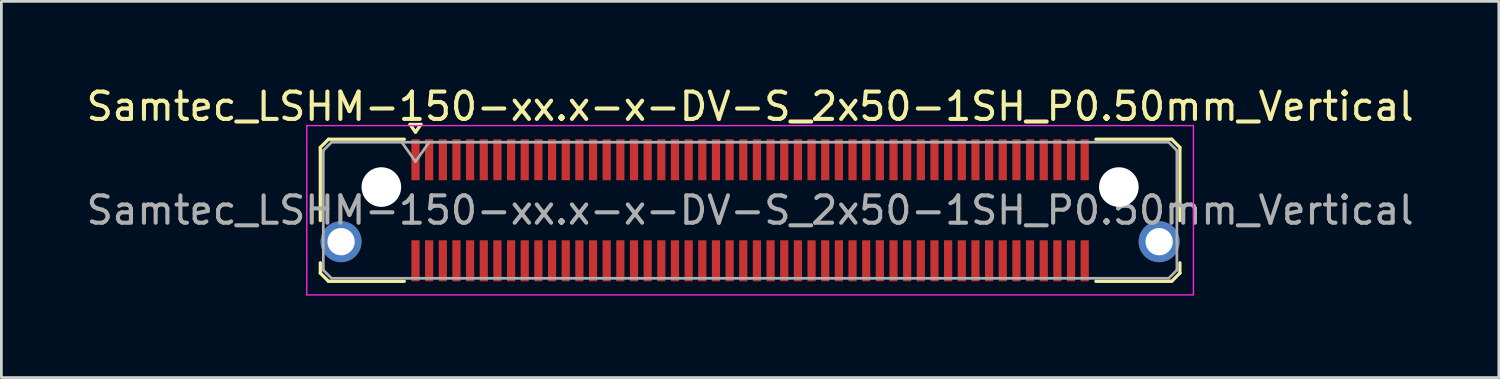
<source format=kicad_pcb>
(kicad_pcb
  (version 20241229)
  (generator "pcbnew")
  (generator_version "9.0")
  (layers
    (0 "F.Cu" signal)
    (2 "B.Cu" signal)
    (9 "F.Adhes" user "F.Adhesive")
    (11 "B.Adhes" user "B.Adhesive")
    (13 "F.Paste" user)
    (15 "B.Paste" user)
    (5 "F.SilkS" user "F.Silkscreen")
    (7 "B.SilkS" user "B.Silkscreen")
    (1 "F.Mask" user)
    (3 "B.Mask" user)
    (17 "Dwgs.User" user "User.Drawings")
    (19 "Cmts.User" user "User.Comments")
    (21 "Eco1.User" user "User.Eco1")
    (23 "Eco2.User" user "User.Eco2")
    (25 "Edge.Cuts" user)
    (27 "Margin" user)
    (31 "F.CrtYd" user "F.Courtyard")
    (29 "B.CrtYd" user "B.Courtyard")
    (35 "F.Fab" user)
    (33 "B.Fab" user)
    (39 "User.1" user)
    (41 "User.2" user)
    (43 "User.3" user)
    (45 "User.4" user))
  (footprint "Samtec_LSHM-150-xx.x-x-DV-S_2x50-1SH_P0.50mm_Vertical"
    (layer "F.Cu")
    (at 24.411 4.648)
    (property "Reference" "Samtec_LSHM-150-xx.x-x-DV-S_2x50-1SH_P0.50mm_Vertical" (at 0 -3.8 0) (layer "F.SilkS") (effects (font (size 1 1) (thickness 0.15))))
    (attr smd)
    (fp_line (start -15.735 -2.3) (end -15.735 0.377) (stroke (width 0.12) (type solid)) (layer "F.SilkS"))
    (fp_line (start -15.735 1.923) (end -15.735 2.3) (stroke (width 0.12) (type solid)) (layer "F.SilkS"))
    (fp_line (start -15.735 2.3) (end -15.435 2.6) (stroke (width 0.12) (type solid)) (layer "F.SilkS"))
    (fp_line (start -15.435 -2.6) (end -15.735 -2.3) (stroke (width 0.12) (type solid)) (layer "F.SilkS"))
    (fp_line (start -15.435 2.6) (end -12.66 2.6) (stroke (width 0.12) (type solid)) (layer "F.SilkS"))
    (fp_line (start -12.66 -2.6) (end -15.435 -2.6) (stroke (width 0.12) (type solid)) (layer "F.SilkS"))
    (fp_line (start -12.45 -3.143) (end -12.05 -3.143) (stroke (width 0.12) (type solid)) (layer "F.SilkS"))
    (fp_line (start -12.25 -2.86) (end -12.45 -3.143) (stroke (width 0.12) (type solid)) (layer "F.SilkS"))
    (fp_line (start -12.05 -3.143) (end -12.25 -2.86) (stroke (width 0.12) (type solid)) (layer "F.SilkS"))
    (fp_line (start 12.66 -2.6) (end 15.435 -2.6) (stroke (width 0.12) (type solid)) (layer "F.SilkS"))
    (fp_line (start 15.435 -2.6) (end 15.735 -2.3) (stroke (width 0.12) (type solid)) (layer "F.SilkS"))
    (fp_line (start 15.435 2.6) (end 12.66 2.6) (stroke (width 0.12) (type solid)) (layer "F.SilkS"))
    (fp_line (start 15.735 -2.3) (end 15.735 0.377) (stroke (width 0.12) (type solid)) (layer "F.SilkS"))
    (fp_line (start 15.735 1.923) (end 15.735 2.3) (stroke (width 0.12) (type solid)) (layer "F.SilkS"))
    (fp_line (start 15.735 2.3) (end 15.435 2.6) (stroke (width 0.12) (type solid)) (layer "F.SilkS"))
    (fp_rect (start -16.23 -3.1) (end 16.23 3.1) (stroke (width 0.05) (type solid)) (fill no) (layer "F.CrtYd"))
    (fp_line (start -15.625 -2.19) (end -15.625 2.19) (stroke (width 0.1) (type solid)) (layer "F.Fab"))
    (fp_line (start -15.625 2.19) (end -15.325 2.49) (stroke (width 0.1) (type solid)) (layer "F.Fab"))
    (fp_line (start -15.325 -2.49) (end -15.625 -2.19) (stroke (width 0.1) (type solid)) (layer "F.Fab"))
    (fp_line (start -15.325 2.49) (end 0 2.49) (stroke (width 0.1) (type solid)) (layer "F.Fab"))
    (fp_line (start -12.75 -2.49) (end -12.25 -1.783) (stroke (width 0.1) (type solid)) (layer "F.Fab"))
    (fp_line (start -12.25 -1.783) (end -11.75 -2.49) (stroke (width 0.1) (type solid)) (layer "F.Fab"))
    (fp_line (start 0 -2.49) (end -15.325 -2.49) (stroke (width 0.1) (type solid)) (layer "F.Fab"))
    (fp_line (start 0 -2.49) (end 15.325 -2.49) (stroke (width 0.1) (type solid)) (layer "F.Fab"))
    (fp_line (start 15.325 -2.49) (end 15.625 -2.19) (stroke (width 0.1) (type solid)) (layer "F.Fab"))
    (fp_line (start 15.325 2.49) (end 0 2.49) (stroke (width 0.1) (type solid)) (layer "F.Fab"))
    (fp_line (start 15.625 -2.19) (end 15.625 2.19) (stroke (width 0.1) (type solid)) (layer "F.Fab"))
    (fp_line (start 15.625 2.19) (end 15.325 2.49) (stroke (width 0.1) (type solid)) (layer "F.Fab"))
    (fp_text user "${REFERENCE}" (at 0 0 0) (layer "F.Fab") (effects (font (size 1 1) (thickness 0.15))))
    (pad "" np_thru_hole circle (at -13.5 -0.85) (size 1.45 1.45) (drill 1.45) (layers "*.Cu" "*.Mask"))
    (pad "" np_thru_hole circle (at 13.5 -0.85) (size 1.45 1.45) (drill 1.45) (layers "*.Cu" "*.Mask"))
    (pad "1" smd rect (at -12.25 -1.85) (size 0.3 1.5) (layers "F.Cu" "F.Mask" "F.Paste"))
    (pad "2" smd rect (at -12.25 1.85) (size 0.3 1.5) (layers "F.Cu" "F.Mask" "F.Paste"))
    (pad "3" smd rect (at -11.75 -1.85) (size 0.3 1.5) (layers "F.Cu" "F.Mask" "F.Paste"))
    (pad "4" smd rect (at -11.75 1.85) (size 0.3 1.5) (layers "F.Cu" "F.Mask" "F.Paste"))
    (pad "5" smd rect (at -11.25 -1.85) (size 0.3 1.5) (layers "F.Cu" "F.Mask" "F.Paste"))
    (pad "6" smd rect (at -11.25 1.85) (size 0.3 1.5) (layers "F.Cu" "F.Mask" "F.Paste"))
    (pad "7" smd rect (at -10.75 -1.85) (size 0.3 1.5) (layers "F.Cu" "F.Mask" "F.Paste"))
    (pad "8" smd rect (at -10.75 1.85) (size 0.3 1.5) (layers "F.Cu" "F.Mask" "F.Paste"))
    (pad "9" smd rect (at -10.25 -1.85) (size 0.3 1.5) (layers "F.Cu" "F.Mask" "F.Paste"))
    (pad "10" smd rect (at -10.25 1.85) (size 0.3 1.5) (layers "F.Cu" "F.Mask" "F.Paste"))
    (pad "11" smd rect (at -9.75 -1.85) (size 0.3 1.5) (layers "F.Cu" "F.Mask" "F.Paste"))
    (pad "12" smd rect (at -9.75 1.85) (size 0.3 1.5) (layers "F.Cu" "F.Mask" "F.Paste"))
    (pad "13" smd rect (at -9.25 -1.85) (size 0.3 1.5) (layers "F.Cu" "F.Mask" "F.Paste"))
    (pad "14" smd rect (at -9.25 1.85) (size 0.3 1.5) (layers "F.Cu" "F.Mask" "F.Paste"))
    (pad "15" smd rect (at -8.75 -1.85) (size 0.3 1.5) (layers "F.Cu" "F.Mask" "F.Paste"))
    (pad "16" smd rect (at -8.75 1.85) (size 0.3 1.5) (layers "F.Cu" "F.Mask" "F.Paste"))
    (pad "17" smd rect (at -8.25 -1.85) (size 0.3 1.5) (layers "F.Cu" "F.Mask" "F.Paste"))
    (pad "18" smd rect (at -8.25 1.85) (size 0.3 1.5) (layers "F.Cu" "F.Mask" "F.Paste"))
    (pad "19" smd rect (at -7.75 -1.85) (size 0.3 1.5) (layers "F.Cu" "F.Mask" "F.Paste"))
    (pad "20" smd rect (at -7.75 1.85) (size 0.3 1.5) (layers "F.Cu" "F.Mask" "F.Paste"))
    (pad "21" smd rect (at -7.25 -1.85) (size 0.3 1.5) (layers "F.Cu" "F.Mask" "F.Paste"))
    (pad "22" smd rect (at -7.25 1.85) (size 0.3 1.5) (layers "F.Cu" "F.Mask" "F.Paste"))
    (pad "23" smd rect (at -6.75 -1.85) (size 0.3 1.5) (layers "F.Cu" "F.Mask" "F.Paste"))
    (pad "24" smd rect (at -6.75 1.85) (size 0.3 1.5) (layers "F.Cu" "F.Mask" "F.Paste"))
    (pad "25" smd rect (at -6.25 -1.85) (size 0.3 1.5) (layers "F.Cu" "F.Mask" "F.Paste"))
    (pad "26" smd rect (at -6.25 1.85) (size 0.3 1.5) (layers "F.Cu" "F.Mask" "F.Paste"))
    (pad "27" smd rect (at -5.75 -1.85) (size 0.3 1.5) (layers "F.Cu" "F.Mask" "F.Paste"))
    (pad "28" smd rect (at -5.75 1.85) (size 0.3 1.5) (layers "F.Cu" "F.Mask" "F.Paste"))
    (pad "29" smd rect (at -5.25 -1.85) (size 0.3 1.5) (layers "F.Cu" "F.Mask" "F.Paste"))
    (pad "30" smd rect (at -5.25 1.85) (size 0.3 1.5) (layers "F.Cu" "F.Mask" "F.Paste"))
    (pad "31" smd rect (at -4.75 -1.85) (size 0.3 1.5) (layers "F.Cu" "F.Mask" "F.Paste"))
    (pad "32" smd rect (at -4.75 1.85) (size 0.3 1.5) (layers "F.Cu" "F.Mask" "F.Paste"))
    (pad "33" smd rect (at -4.25 -1.85) (size 0.3 1.5) (layers "F.Cu" "F.Mask" "F.Paste"))
    (pad "34" smd rect (at -4.25 1.85) (size 0.3 1.5) (layers "F.Cu" "F.Mask" "F.Paste"))
    (pad "35" smd rect (at -3.75 -1.85) (size 0.3 1.5) (layers "F.Cu" "F.Mask" "F.Paste"))
    (pad "36" smd rect (at -3.75 1.85) (size 0.3 1.5) (layers "F.Cu" "F.Mask" "F.Paste"))
    (pad "37" smd rect (at -3.25 -1.85) (size 0.3 1.5) (layers "F.Cu" "F.Mask" "F.Paste"))
    (pad "38" smd rect (at -3.25 1.85) (size 0.3 1.5) (layers "F.Cu" "F.Mask" "F.Paste"))
    (pad "39" smd rect (at -2.75 -1.85) (size 0.3 1.5) (layers "F.Cu" "F.Mask" "F.Paste"))
    (pad "40" smd rect (at -2.75 1.85) (size 0.3 1.5) (layers "F.Cu" "F.Mask" "F.Paste"))
    (pad "41" smd rect (at -2.25 -1.85) (size 0.3 1.5) (layers "F.Cu" "F.Mask" "F.Paste"))
    (pad "42" smd rect (at -2.25 1.85) (size 0.3 1.5) (layers "F.Cu" "F.Mask" "F.Paste"))
    (pad "43" smd rect (at -1.75 -1.85) (size 0.3 1.5) (layers "F.Cu" "F.Mask" "F.Paste"))
    (pad "44" smd rect (at -1.75 1.85) (size 0.3 1.5) (layers "F.Cu" "F.Mask" "F.Paste"))
    (pad "45" smd rect (at -1.25 -1.85) (size 0.3 1.5) (layers "F.Cu" "F.Mask" "F.Paste"))
    (pad "46" smd rect (at -1.25 1.85) (size 0.3 1.5) (layers "F.Cu" "F.Mask" "F.Paste"))
    (pad "47" smd rect (at -0.75 -1.85) (size 0.3 1.5) (layers "F.Cu" "F.Mask" "F.Paste"))
    (pad "48" smd rect (at -0.75 1.85) (size 0.3 1.5) (layers "F.Cu" "F.Mask" "F.Paste"))
    (pad "49" smd rect (at -0.25 -1.85) (size 0.3 1.5) (layers "F.Cu" "F.Mask" "F.Paste"))
    (pad "50" smd rect (at -0.25 1.85) (size 0.3 1.5) (layers "F.Cu" "F.Mask" "F.Paste"))
    (pad "51" smd rect (at 0.25 -1.85) (size 0.3 1.5) (layers "F.Cu" "F.Mask" "F.Paste"))
    (pad "52" smd rect (at 0.25 1.85) (size 0.3 1.5) (layers "F.Cu" "F.Mask" "F.Paste"))
    (pad "53" smd rect (at 0.75 -1.85) (size 0.3 1.5) (layers "F.Cu" "F.Mask" "F.Paste"))
    (pad "54" smd rect (at 0.75 1.85) (size 0.3 1.5) (layers "F.Cu" "F.Mask" "F.Paste"))
    (pad "55" smd rect (at 1.25 -1.85) (size 0.3 1.5) (layers "F.Cu" "F.Mask" "F.Paste"))
    (pad "56" smd rect (at 1.25 1.85) (size 0.3 1.5) (layers "F.Cu" "F.Mask" "F.Paste"))
    (pad "57" smd rect (at 1.75 -1.85) (size 0.3 1.5) (layers "F.Cu" "F.Mask" "F.Paste"))
    (pad "58" smd rect (at 1.75 1.85) (size 0.3 1.5) (layers "F.Cu" "F.Mask" "F.Paste"))
    (pad "59" smd rect (at 2.25 -1.85) (size 0.3 1.5) (layers "F.Cu" "F.Mask" "F.Paste"))
    (pad "60" smd rect (at 2.25 1.85) (size 0.3 1.5) (layers "F.Cu" "F.Mask" "F.Paste"))
    (pad "61" smd rect (at 2.75 -1.85) (size 0.3 1.5) (layers "F.Cu" "F.Mask" "F.Paste"))
    (pad "62" smd rect (at 2.75 1.85) (size 0.3 1.5) (layers "F.Cu" "F.Mask" "F.Paste"))
    (pad "63" smd rect (at 3.25 -1.85) (size 0.3 1.5) (layers "F.Cu" "F.Mask" "F.Paste"))
    (pad "64" smd rect (at 3.25 1.85) (size 0.3 1.5) (layers "F.Cu" "F.Mask" "F.Paste"))
    (pad "65" smd rect (at 3.75 -1.85) (size 0.3 1.5) (layers "F.Cu" "F.Mask" "F.Paste"))
    (pad "66" smd rect (at 3.75 1.85) (size 0.3 1.5) (layers "F.Cu" "F.Mask" "F.Paste"))
    (pad "67" smd rect (at 4.25 -1.85) (size 0.3 1.5) (layers "F.Cu" "F.Mask" "F.Paste"))
    (pad "68" smd rect (at 4.25 1.85) (size 0.3 1.5) (layers "F.Cu" "F.Mask" "F.Paste"))
    (pad "69" smd rect (at 4.75 -1.85) (size 0.3 1.5) (layers "F.Cu" "F.Mask" "F.Paste"))
    (pad "70" smd rect (at 4.75 1.85) (size 0.3 1.5) (layers "F.Cu" "F.Mask" "F.Paste"))
    (pad "71" smd rect (at 5.25 -1.85) (size 0.3 1.5) (layers "F.Cu" "F.Mask" "F.Paste"))
    (pad "72" smd rect (at 5.25 1.85) (size 0.3 1.5) (layers "F.Cu" "F.Mask" "F.Paste"))
    (pad "73" smd rect (at 5.75 -1.85) (size 0.3 1.5) (layers "F.Cu" "F.Mask" "F.Paste"))
    (pad "74" smd rect (at 5.75 1.85) (size 0.3 1.5) (layers "F.Cu" "F.Mask" "F.Paste"))
    (pad "75" smd rect (at 6.25 -1.85) (size 0.3 1.5) (layers "F.Cu" "F.Mask" "F.Paste"))
    (pad "76" smd rect (at 6.25 1.85) (size 0.3 1.5) (layers "F.Cu" "F.Mask" "F.Paste"))
    (pad "77" smd rect (at 6.75 -1.85) (size 0.3 1.5) (layers "F.Cu" "F.Mask" "F.Paste"))
    (pad "78" smd rect (at 6.75 1.85) (size 0.3 1.5) (layers "F.Cu" "F.Mask" "F.Paste"))
    (pad "79" smd rect (at 7.25 -1.85) (size 0.3 1.5) (layers "F.Cu" "F.Mask" "F.Paste"))
    (pad "80" smd rect (at 7.25 1.85) (size 0.3 1.5) (layers "F.Cu" "F.Mask" "F.Paste"))
    (pad "81" smd rect (at 7.75 -1.85) (size 0.3 1.5) (layers "F.Cu" "F.Mask" "F.Paste"))
    (pad "82" smd rect (at 7.75 1.85) (size 0.3 1.5) (layers "F.Cu" "F.Mask" "F.Paste"))
    (pad "83" smd rect (at 8.25 -1.85) (size 0.3 1.5) (layers "F.Cu" "F.Mask" "F.Paste"))
    (pad "84" smd rect (at 8.25 1.85) (size 0.3 1.5) (layers "F.Cu" "F.Mask" "F.Paste"))
    (pad "85" smd rect (at 8.75 -1.85) (size 0.3 1.5) (layers "F.Cu" "F.Mask" "F.Paste"))
    (pad "86" smd rect (at 8.75 1.85) (size 0.3 1.5) (layers "F.Cu" "F.Mask" "F.Paste"))
    (pad "87" smd rect (at 9.25 -1.85) (size 0.3 1.5) (layers "F.Cu" "F.Mask" "F.Paste"))
    (pad "88" smd rect (at 9.25 1.85) (size 0.3 1.5) (layers "F.Cu" "F.Mask" "F.Paste"))
    (pad "89" smd rect (at 9.75 -1.85) (size 0.3 1.5) (layers "F.Cu" "F.Mask" "F.Paste"))
    (pad "90" smd rect (at 9.75 1.85) (size 0.3 1.5) (layers "F.Cu" "F.Mask" "F.Paste"))
    (pad "91" smd rect (at 10.25 -1.85) (size 0.3 1.5) (layers "F.Cu" "F.Mask" "F.Paste"))
    (pad "92" smd rect (at 10.25 1.85) (size 0.3 1.5) (layers "F.Cu" "F.Mask" "F.Paste"))
    (pad "93" smd rect (at 10.75 -1.85) (size 0.3 1.5) (layers "F.Cu" "F.Mask" "F.Paste"))
    (pad "94" smd rect (at 10.75 1.85) (size 0.3 1.5) (layers "F.Cu" "F.Mask" "F.Paste"))
    (pad "95" smd rect (at 11.25 -1.85) (size 0.3 1.5) (layers "F.Cu" "F.Mask" "F.Paste"))
    (pad "96" smd rect (at 11.25 1.85) (size 0.3 1.5) (layers "F.Cu" "F.Mask" "F.Paste"))
    (pad "97" smd rect (at 11.75 -1.85) (size 0.3 1.5) (layers "F.Cu" "F.Mask" "F.Paste"))
    (pad "98" smd rect (at 11.75 1.85) (size 0.3 1.5) (layers "F.Cu" "F.Mask" "F.Paste"))
    (pad "99" smd rect (at 12.25 -1.85) (size 0.3 1.5) (layers "F.Cu" "F.Mask" "F.Paste"))
    (pad "100" smd rect (at 12.25 1.85) (size 0.3 1.5) (layers "F.Cu" "F.Mask" "F.Paste"))
    (pad "SH" thru_hole circle (at -14.975 1.15) (size 1.5 1.5) (drill 1) (layers "*.Cu" "*.Mask"))
    (pad "SH" thru_hole circle (at 14.975 1.15) (size 1.5 1.5) (drill 1) (layers "*.Cu" "*.Mask")))
  (gr_rect
    (start -3 -3)
    (end 51.821 10.773)
    (stroke (width 0.1) (type default))
    (fill no)
    (layer "Edge.Cuts")))
</source>
